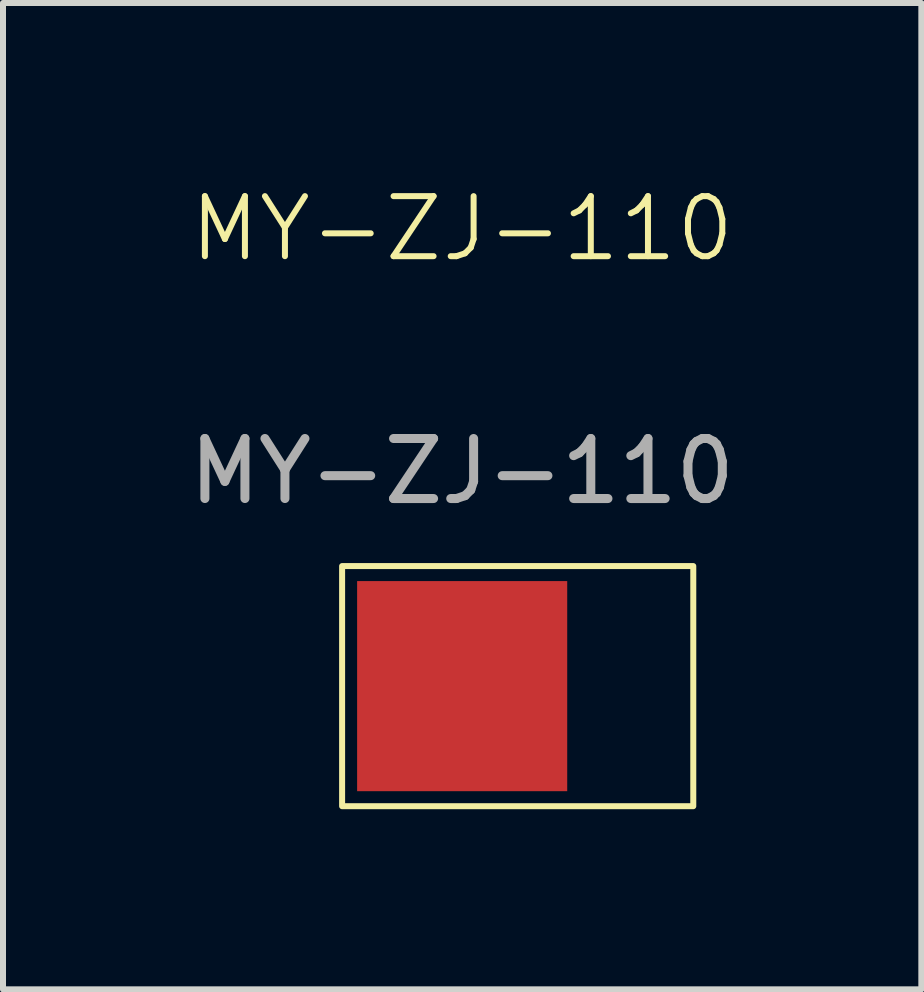
<source format=kicad_pcb>
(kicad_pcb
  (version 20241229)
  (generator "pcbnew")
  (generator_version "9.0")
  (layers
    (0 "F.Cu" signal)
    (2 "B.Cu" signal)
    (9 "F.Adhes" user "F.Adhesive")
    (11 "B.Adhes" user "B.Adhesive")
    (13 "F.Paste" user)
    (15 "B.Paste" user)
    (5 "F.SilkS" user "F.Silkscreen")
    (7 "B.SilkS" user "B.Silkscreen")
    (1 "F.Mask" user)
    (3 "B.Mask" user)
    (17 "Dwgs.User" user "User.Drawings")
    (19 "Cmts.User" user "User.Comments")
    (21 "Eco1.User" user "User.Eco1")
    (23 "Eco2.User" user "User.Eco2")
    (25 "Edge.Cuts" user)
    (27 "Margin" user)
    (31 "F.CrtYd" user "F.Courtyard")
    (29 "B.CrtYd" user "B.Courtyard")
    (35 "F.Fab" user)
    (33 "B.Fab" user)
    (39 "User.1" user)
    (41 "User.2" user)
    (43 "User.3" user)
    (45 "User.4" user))
  (footprint "MY-ZJ-110"
    (layer "F.Cu")
    (at 4.649 8.38)
    (property "Reference" "MY-ZJ-110" (at 0 -7.62 0) (unlocked yes) (layer "F.SilkS") (effects (font (size 1 1) (thickness 0.1))))
    (attr smd)
    (fp_rect (start -2 -2) (end 3.85 2) (stroke (width 0.1) (type solid)) (fill no) (layer "F.SilkS"))
    (fp_text user "${REFERENCE}" (at 0 -3.58 0) (unlocked yes) (layer "F.Fab") (effects (font (size 1 1) (thickness 0.15))))
    (pad "1" smd rect (at 0 0) (size 3.5 3.5) (layers "F.Cu" "F.Mask" "F.Paste")))
  (gr_rect
    (start -3 -3)
    (end 12.298 13.431)
    (stroke (width 0.1) (type default))
    (fill no)
    (layer "Edge.Cuts")))
</source>
